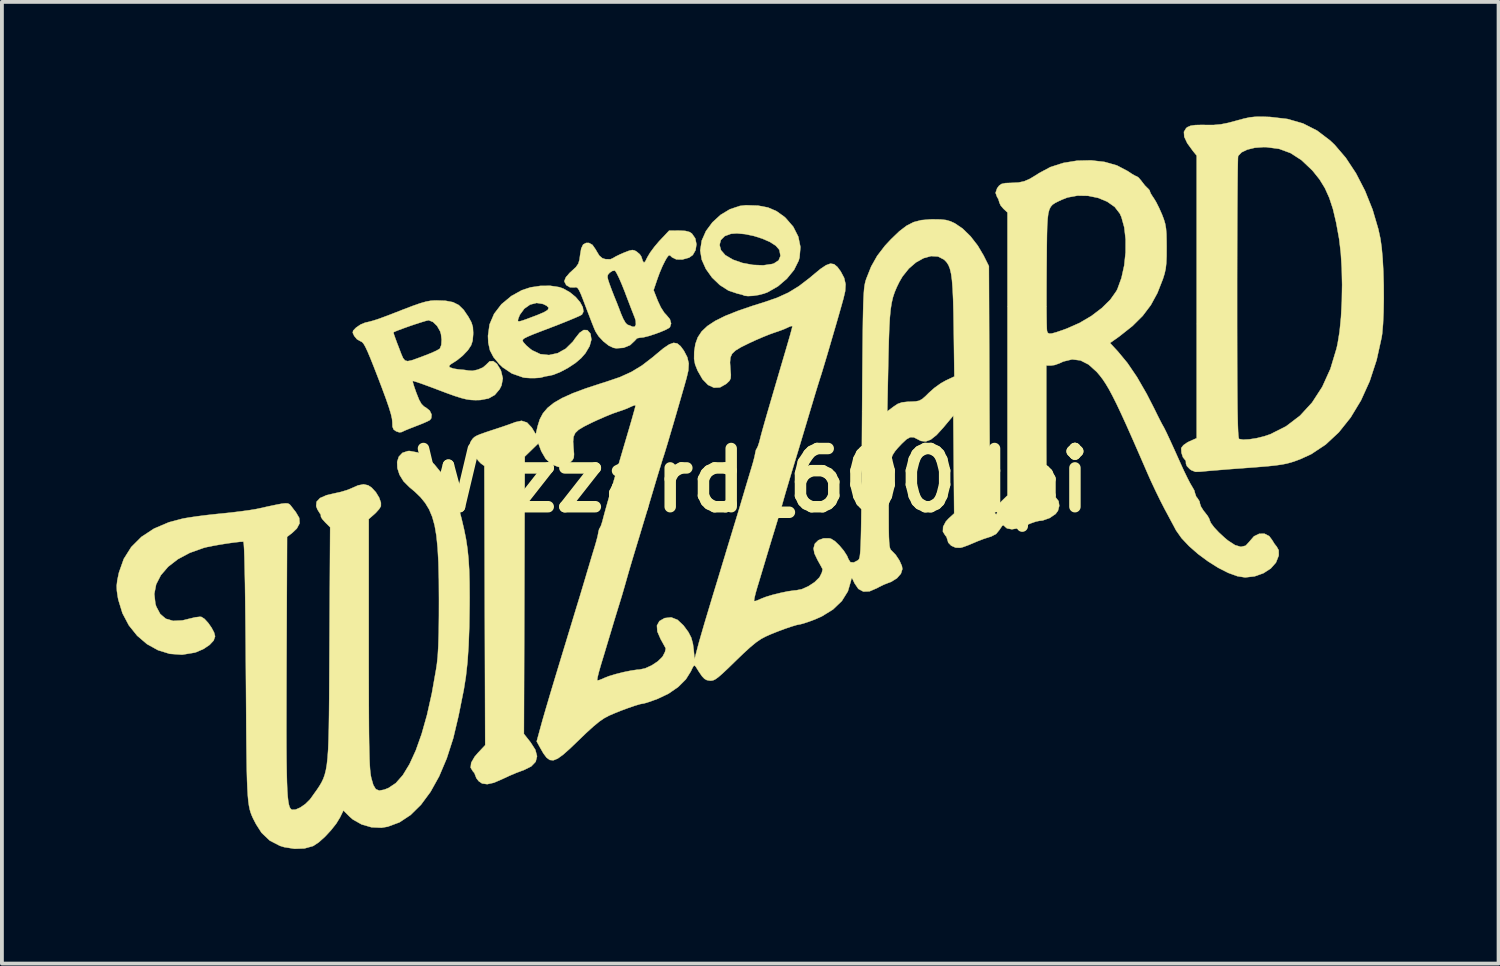
<source format=kicad_pcb>
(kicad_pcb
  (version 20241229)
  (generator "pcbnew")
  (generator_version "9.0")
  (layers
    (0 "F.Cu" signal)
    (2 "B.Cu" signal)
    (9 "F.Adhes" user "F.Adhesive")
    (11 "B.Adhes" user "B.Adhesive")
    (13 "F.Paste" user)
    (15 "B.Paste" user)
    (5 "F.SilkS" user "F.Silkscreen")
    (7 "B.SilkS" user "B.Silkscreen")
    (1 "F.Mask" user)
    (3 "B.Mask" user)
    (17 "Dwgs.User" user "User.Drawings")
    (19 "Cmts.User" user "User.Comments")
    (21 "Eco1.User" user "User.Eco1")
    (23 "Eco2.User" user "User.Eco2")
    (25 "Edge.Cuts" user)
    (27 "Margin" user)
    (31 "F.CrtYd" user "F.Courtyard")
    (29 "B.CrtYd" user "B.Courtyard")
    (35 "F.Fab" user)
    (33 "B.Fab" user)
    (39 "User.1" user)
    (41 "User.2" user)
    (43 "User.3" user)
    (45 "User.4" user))
  (footprint "Wizzard_600dpi"
    (layer "F.Cu")
    (at 16.636 9.526)
    (property "Reference" "Wizzard_600dpi" (at 0 0 0) (layer "F.SilkS") (effects (font (size 1.524 1.524) (thickness 0.3))))
    (attr through_hole)
    (fp_poly (pts (xy 0.159 -7.193) (xy 0.418 -7.144) (xy 0.64 -7.049) (xy 0.844 -6.903) (xy 0.879 -6.872) (xy 1.081 -6.639) (xy 1.212 -6.38) (xy 1.268 -6.109) (xy 1.245 -5.837) (xy 1.222 -5.753) (xy 1.101 -5.51) (xy 0.914 -5.281) (xy 0.682 -5.082) (xy 0.421 -4.932) (xy 0.317 -4.891) (xy 0.179 -4.855) (xy 0.029 -4.832) (xy -0.105 -4.825) (xy -0.197 -4.835) (xy -0.216 -4.845) (xy -0.267 -4.864) (xy -0.365 -4.887) (xy -0.377 -4.889) (xy -0.615 -4.969) (xy -0.843 -5.115) (xy -1.045 -5.309) (xy -1.207 -5.536) (xy -1.315 -5.778) (xy -1.355 -6.02) (xy -1.355 -6.021) (xy -1.332 -6.164) (xy -0.849 -6.164) (xy -0.811 -6.025) (xy -0.699 -5.897) (xy -0.5 -5.779) (xy -0.25 -5.692) (xy 0.024 -5.641) (xy 0.293 -5.63) (xy 0.529 -5.665) (xy 0.576 -5.68) (xy 0.698 -5.76) (xy 0.746 -5.878) (xy 0.719 -6.025) (xy 0.71 -6.044) (xy 0.623 -6.144) (xy 0.472 -6.241) (xy 0.274 -6.328) (xy 0.051 -6.399) (xy -0.178 -6.447) (xy -0.394 -6.467) (xy -0.548 -6.456) (xy -0.713 -6.396) (xy -0.815 -6.293) (xy -0.849 -6.164) (xy -1.332 -6.164) (xy -1.315 -6.278) (xy -1.204 -6.528) (xy -1.035 -6.756) (xy -0.822 -6.951) (xy -0.578 -7.098) (xy -0.317 -7.185) (xy -0.159 -7.203) (xy 0.159 -7.193)) (stroke (width 0.01) (type solid)) (fill yes) (layer "F.SilkS"))
    (fp_poly (pts (xy -5.046 -5.059) (xy -4.941 -5.022) (xy -4.766 -4.923) (xy -4.616 -4.8) (xy -4.5 -4.665) (xy -4.429 -4.534) (xy -4.412 -4.419) (xy -4.451 -4.341) (xy -4.507 -4.31) (xy -4.63 -4.256) (xy -4.805 -4.183) (xy -5.019 -4.097) (xy -5.26 -4.004) (xy -5.276 -3.998) (xy -5.54 -3.897) (xy -5.734 -3.822) (xy -5.868 -3.765) (xy -5.952 -3.724) (xy -5.994 -3.691) (xy -6.005 -3.662) (xy -5.994 -3.632) (xy -5.983 -3.615) (xy -5.911 -3.534) (xy -5.802 -3.441) (xy -5.755 -3.406) (xy -5.541 -3.305) (xy -5.314 -3.281) (xy -5.088 -3.33) (xy -4.875 -3.448) (xy -4.689 -3.632) (xy -4.631 -3.715) (xy -4.513 -3.864) (xy -4.405 -3.937) (xy -4.31 -3.933) (xy -4.234 -3.849) (xy -4.226 -3.831) (xy -4.204 -3.686) (xy -4.251 -3.515) (xy -4.36 -3.33) (xy -4.472 -3.202) (xy -4.624 -3.072) (xy -4.814 -2.947) (xy -5.016 -2.839) (xy -5.202 -2.764) (xy -5.315 -2.739) (xy -5.42 -2.722) (xy -5.484 -2.703) (xy -5.556 -2.687) (xy -5.678 -2.679) (xy -5.818 -2.679) (xy -5.941 -2.687) (xy -5.99 -2.695) (xy -6.284 -2.798) (xy -6.525 -2.958) (xy -6.613 -3.042) (xy -6.767 -3.227) (xy -6.859 -3.404) (xy -6.903 -3.604) (xy -6.911 -3.784) (xy -6.87 -4.082) (xy -6.822 -4.194) (xy -6.128 -4.194) (xy -6.125 -4.168) (xy -6.093 -4.162) (xy -6.021 -4.18) (xy -5.898 -4.223) (xy -5.712 -4.293) (xy -5.622 -4.327) (xy -5.444 -4.402) (xy -5.345 -4.464) (xy -5.323 -4.519) (xy -5.375 -4.572) (xy -5.466 -4.617) (xy -5.638 -4.646) (xy -5.809 -4.602) (xy -5.961 -4.495) (xy -6.077 -4.336) (xy -6.116 -4.24) (xy -6.128 -4.194) (xy -6.822 -4.194) (xy -6.751 -4.36) (xy -6.559 -4.611) (xy -6.3 -4.826) (xy -6.026 -4.978) (xy -5.798 -5.053) (xy -5.539 -5.092) (xy -5.279 -5.094) (xy -5.046 -5.059)) (stroke (width 0.01) (type solid)) (fill yes) (layer "F.SilkS"))
    (fp_poly (pts (xy -1.744 -6.531) (xy -1.632 -6.501) (xy -1.573 -6.462) (xy -1.485 -6.335) (xy -1.454 -6.182) (xy -1.477 -6.028) (xy -1.55 -5.9) (xy -1.647 -5.831) (xy -1.824 -5.782) (xy -1.98 -5.785) (xy -2.093 -5.84) (xy -2.101 -5.848) (xy -2.146 -5.891) (xy -2.182 -5.888) (xy -2.227 -5.83) (xy -2.275 -5.747) (xy -2.343 -5.611) (xy -2.418 -5.434) (xy -2.477 -5.273) (xy -2.576 -4.98) (xy -2.467 -4.702) (xy -2.386 -4.529) (xy -2.296 -4.389) (xy -2.237 -4.326) (xy -2.149 -4.22) (xy -2.117 -4.108) (xy -2.147 -4.014) (xy -2.17 -3.992) (xy -2.257 -3.944) (xy -2.391 -3.887) (xy -2.549 -3.829) (xy -2.705 -3.779) (xy -2.836 -3.746) (xy -2.916 -3.737) (xy -2.921 -3.738) (xy -3.01 -3.72) (xy -3.069 -3.655) (xy -3.192 -3.54) (xy -3.362 -3.471) (xy -3.553 -3.458) (xy -3.625 -3.47) (xy -3.751 -3.529) (xy -3.89 -3.639) (xy -4.016 -3.774) (xy -4.094 -3.895) (xy -4.13 -3.976) (xy -4.186 -4.116) (xy -4.255 -4.295) (xy -4.32 -4.464) (xy -4.408 -4.697) (xy -4.472 -4.861) (xy -4.521 -4.968) (xy -4.558 -5.029) (xy -4.592 -5.055) (xy -4.628 -5.057) (xy -4.652 -5.051) (xy -4.766 -5.055) (xy -4.862 -5.112) (xy -4.91 -5.203) (xy -4.911 -5.219) (xy -4.876 -5.31) (xy -4.857 -5.332) (xy -3.784 -5.332) (xy -3.767 -5.252) (xy -3.731 -5.144) (xy -3.673 -4.987) (xy -3.614 -4.836) (xy -3.593 -4.784) (xy -3.544 -4.664) (xy -3.481 -4.503) (xy -3.43 -4.367) (xy -3.37 -4.228) (xy -3.31 -4.124) (xy -3.264 -4.078) (xy -3.163 -4.039) (xy -3.133 -4.024) (xy -3.07 -4.02) (xy -3.039 -4.079) (xy -3.044 -4.18) (xy -3.067 -4.255) (xy -3.101 -4.341) (xy -3.158 -4.487) (xy -3.23 -4.675) (xy -3.31 -4.884) (xy -3.325 -4.926) (xy -3.405 -5.126) (xy -3.479 -5.297) (xy -3.541 -5.422) (xy -3.583 -5.488) (xy -3.59 -5.493) (xy -3.66 -5.482) (xy -3.727 -5.435) (xy -3.771 -5.384) (xy -3.784 -5.332) (xy -4.857 -5.332) (xy -4.777 -5.428) (xy -4.718 -5.482) (xy -4.607 -5.586) (xy -4.546 -5.673) (xy -4.515 -5.779) (xy -4.5 -5.895) (xy -4.47 -6.071) (xy -4.42 -6.175) (xy -4.341 -6.217) (xy -4.267 -6.216) (xy -4.177 -6.166) (xy -4.088 -6.038) (xy -4.074 -6.011) (xy -3.998 -5.885) (xy -3.918 -5.817) (xy -3.841 -5.792) (xy -3.706 -5.788) (xy -3.641 -5.817) (xy -3.567 -5.861) (xy -3.446 -5.92) (xy -3.348 -5.962) (xy -3.215 -6.013) (xy -3.132 -6.031) (xy -3.071 -6.018) (xy -3.018 -5.988) (xy -2.937 -5.919) (xy -2.898 -5.861) (xy -2.858 -5.741) (xy -2.827 -5.7) (xy -2.791 -5.736) (xy -2.74 -5.839) (xy -2.666 -5.963) (xy -2.554 -6.115) (xy -2.427 -6.265) (xy -2.41 -6.282) (xy -2.17 -6.537) (xy -1.915 -6.539) (xy -1.744 -6.531)) (stroke (width 0.01) (type solid)) (fill yes) (layer "F.SilkS"))
    (fp_poly (pts (xy 13.563 -9.514) (xy 14.018 -9.461) (xy 14.425 -9.344) (xy 14.794 -9.157) (xy 15.137 -8.896) (xy 15.254 -8.785) (xy 15.544 -8.446) (xy 15.812 -8.04) (xy 16.048 -7.583) (xy 16.246 -7.09) (xy 16.397 -6.578) (xy 16.452 -6.324) (xy 16.484 -6.096) (xy 16.51 -5.805) (xy 16.528 -5.471) (xy 16.538 -5.113) (xy 16.54 -4.752) (xy 16.534 -4.406) (xy 16.52 -4.096) (xy 16.498 -3.841) (xy 16.484 -3.747) (xy 16.352 -3.15) (xy 16.171 -2.597) (xy 15.943 -2.094) (xy 15.672 -1.646) (xy 15.362 -1.258) (xy 15.017 -0.937) (xy 14.64 -0.687) (xy 14.354 -0.556) (xy 14.228 -0.509) (xy 14.113 -0.471) (xy 13.997 -0.44) (xy 13.867 -0.415) (xy 13.711 -0.393) (xy 13.515 -0.372) (xy 13.266 -0.351) (xy 12.952 -0.327) (xy 12.779 -0.314) (xy 12.506 -0.294) (xy 12.251 -0.273) (xy 12.03 -0.255) (xy 11.859 -0.24) (xy 11.755 -0.229) (xy 11.747 -0.228) (xy 11.609 -0.224) (xy 11.502 -0.267) (xy 11.459 -0.298) (xy 11.386 -0.374) (xy 11.36 -0.44) (xy 11.362 -0.448) (xy 11.357 -0.515) (xy 11.341 -0.532) (xy 11.282 -0.606) (xy 11.244 -0.722) (xy 11.237 -0.834) (xy 11.243 -0.856) (xy 11.295 -0.922) (xy 11.398 -0.994) (xy 11.455 -1.022) (xy 11.642 -1.105) (xy 11.642 -4.763) (xy 12.7 -4.763) (xy 12.7 -4.096) (xy 12.701 -3.51) (xy 12.702 -3) (xy 12.704 -2.561) (xy 12.707 -2.189) (xy 12.71 -1.879) (xy 12.715 -1.628) (xy 12.72 -1.43) (xy 12.726 -1.281) (xy 12.733 -1.177) (xy 12.741 -1.113) (xy 12.751 -1.086) (xy 12.753 -1.084) (xy 12.859 -1.066) (xy 13.021 -1.075) (xy 13.213 -1.105) (xy 13.414 -1.155) (xy 13.57 -1.208) (xy 13.982 -1.416) (xy 14.347 -1.694) (xy 14.663 -2.038) (xy 14.929 -2.448) (xy 15.143 -2.921) (xy 15.304 -3.455) (xy 15.331 -3.577) (xy 15.383 -3.894) (xy 15.42 -4.272) (xy 15.442 -4.689) (xy 15.449 -5.123) (xy 15.44 -5.551) (xy 15.415 -5.952) (xy 15.374 -6.303) (xy 15.37 -6.329) (xy 15.293 -6.751) (xy 15.21 -7.103) (xy 15.113 -7.398) (xy 14.999 -7.651) (xy 14.861 -7.876) (xy 14.693 -8.087) (xy 14.664 -8.12) (xy 14.387 -8.383) (xy 14.102 -8.568) (xy 13.798 -8.68) (xy 13.462 -8.724) (xy 13.391 -8.725) (xy 13.164 -8.708) (xy 12.967 -8.66) (xy 12.817 -8.588) (xy 12.731 -8.497) (xy 12.726 -8.486) (xy 12.722 -8.434) (xy 12.719 -8.304) (xy 12.715 -8.102) (xy 12.712 -7.833) (xy 12.709 -7.505) (xy 12.706 -7.124) (xy 12.704 -6.696) (xy 12.702 -6.226) (xy 12.701 -5.722) (xy 12.7 -5.19) (xy 12.7 -4.763) (xy 11.642 -4.763) (xy 11.642 -8.503) (xy 11.545 -8.622) (xy 11.395 -8.828) (xy 11.317 -8.994) (xy 11.308 -9.124) (xy 11.367 -9.222) (xy 11.402 -9.249) (xy 11.483 -9.284) (xy 11.606 -9.302) (xy 11.79 -9.306) (xy 11.878 -9.304) (xy 12.09 -9.304) (xy 12.273 -9.321) (xy 12.465 -9.359) (xy 12.674 -9.415) (xy 12.872 -9.469) (xy 13.029 -9.503) (xy 13.177 -9.519) (xy 13.347 -9.521) (xy 13.563 -9.514)) (stroke (width 0.01) (type solid)) (fill yes) (layer "F.SilkS"))
    (fp_poly (pts (xy -8.02 -4.702) (xy -7.827 -4.665) (xy -7.676 -4.589) (xy -7.549 -4.465) (xy -7.424 -4.282) (xy -7.345 -4.137) (xy -7.307 -4.014) (xy -7.299 -3.869) (xy -7.3 -3.816) (xy -7.314 -3.655) (xy -7.352 -3.538) (xy -7.428 -3.421) (xy -7.451 -3.393) (xy -7.577 -3.262) (xy -7.726 -3.142) (xy -7.782 -3.106) (xy -7.889 -3.038) (xy -7.93 -2.996) (xy -7.916 -2.965) (xy -7.899 -2.955) (xy -7.813 -2.926) (xy -7.686 -2.906) (xy -7.65 -2.902) (xy -7.529 -2.892) (xy -7.443 -2.879) (xy -7.429 -2.876) (xy -7.315 -2.868) (xy -7.173 -2.9) (xy -7.041 -2.957) (xy -6.96 -3.027) (xy -6.87 -3.116) (xy -6.774 -3.123) (xy -6.677 -3.05) (xy -6.585 -2.9) (xy -6.57 -2.866) (xy -6.523 -2.671) (xy -6.557 -2.486) (xy -6.608 -2.385) (xy -6.733 -2.237) (xy -6.896 -2.145) (xy -7.111 -2.104) (xy -7.239 -2.101) (xy -7.357 -2.106) (xy -7.476 -2.123) (xy -7.612 -2.157) (xy -7.783 -2.211) (xy -8.005 -2.291) (xy -8.19 -2.361) (xy -8.413 -2.445) (xy -8.606 -2.516) (xy -8.758 -2.569) (xy -8.854 -2.599) (xy -8.882 -2.604) (xy -8.876 -2.56) (xy -8.845 -2.457) (xy -8.796 -2.316) (xy -8.782 -2.279) (xy -8.714 -2.109) (xy -8.653 -2.001) (xy -8.587 -1.935) (xy -8.535 -1.905) (xy -8.437 -1.827) (xy -8.388 -1.725) (xy -8.396 -1.627) (xy -8.433 -1.579) (xy -8.497 -1.545) (xy -8.617 -1.492) (xy -8.771 -1.431) (xy -8.805 -1.418) (xy -8.96 -1.358) (xy -9.086 -1.306) (xy -9.16 -1.271) (xy -9.167 -1.266) (xy -9.233 -1.258) (xy -9.315 -1.285) (xy -9.382 -1.333) (xy -9.411 -1.406) (xy -9.415 -1.523) (xy -9.423 -1.611) (xy -9.451 -1.736) (xy -9.503 -1.908) (xy -9.581 -2.134) (xy -9.688 -2.423) (xy -9.779 -2.663) (xy -9.897 -2.967) (xy -9.99 -3.2) (xy -10.063 -3.373) (xy -10.12 -3.494) (xy -10.165 -3.573) (xy -10.203 -3.618) (xy -10.239 -3.639) (xy -10.248 -3.642) (xy -10.341 -3.695) (xy -10.413 -3.782) (xy -10.451 -3.864) (xy -10.449 -3.876) (xy -9.387 -3.876) (xy -9.377 -3.835) (xy -9.342 -3.734) (xy -9.288 -3.587) (xy -9.245 -3.477) (xy -9.183 -3.313) (xy -9.135 -3.202) (xy -9.084 -3.14) (xy -9.016 -3.121) (xy -8.914 -3.141) (xy -8.762 -3.194) (xy -8.563 -3.269) (xy -8.4 -3.333) (xy -8.267 -3.393) (xy -8.184 -3.439) (xy -8.17 -3.451) (xy -8.133 -3.545) (xy -8.124 -3.684) (xy -8.142 -3.832) (xy -8.164 -3.904) (xy -8.244 -4.044) (xy -8.35 -4.147) (xy -8.459 -4.191) (xy -8.469 -4.191) (xy -8.531 -4.178) (xy -8.651 -4.142) (xy -8.807 -4.092) (xy -8.978 -4.034) (xy -9.142 -3.975) (xy -9.279 -3.924) (xy -9.367 -3.887) (xy -9.387 -3.876) (xy -10.449 -3.876) (xy -10.441 -3.92) (xy -10.376 -3.988) (xy -10.359 -4.003) (xy -10.246 -4.08) (xy -10.133 -4.127) (xy -10.126 -4.129) (xy -10.021 -4.153) (xy -9.911 -4.183) (xy -9.781 -4.225) (xy -9.617 -4.285) (xy -9.404 -4.366) (xy -9.144 -4.468) (xy -8.887 -4.566) (xy -8.69 -4.635) (xy -8.537 -4.679) (xy -8.409 -4.703) (xy -8.29 -4.711) (xy -8.276 -4.711) (xy -8.02 -4.702)) (stroke (width 0.01) (type solid)) (fill yes) (layer "F.SilkS"))
    (fp_poly (pts (xy -8.749 -0.73) (xy -8.534 -0.613) (xy -8.323 -0.427) (xy -8.123 -0.182) (xy -7.939 0.115) (xy -7.779 0.456) (xy -7.648 0.834) (xy -7.605 0.995) (xy -7.539 1.275) (xy -7.487 1.533) (xy -7.449 1.783) (xy -7.422 2.045) (xy -7.404 2.333) (xy -7.395 2.664) (xy -7.392 3.056) (xy -7.393 3.261) (xy -7.401 3.828) (xy -7.419 4.323) (xy -7.448 4.755) (xy -7.49 5.136) (xy -7.544 5.477) (xy -7.558 5.546) (xy -7.595 5.73) (xy -7.639 5.951) (xy -7.681 6.159) (xy -7.681 6.16) (xy -7.82 6.747) (xy -7.991 7.278) (xy -8.19 7.748) (xy -8.416 8.154) (xy -8.666 8.492) (xy -8.937 8.759) (xy -9.227 8.951) (xy -9.535 9.065) (xy -9.699 9.093) (xy -9.96 9.081) (xy -10.219 9.006) (xy -10.448 8.877) (xy -10.535 8.801) (xy -10.696 8.641) (xy -10.783 8.82) (xy -10.882 8.983) (xy -11.022 9.16) (xy -11.181 9.331) (xy -11.341 9.474) (xy -11.481 9.567) (xy -11.493 9.573) (xy -11.715 9.635) (xy -11.975 9.644) (xy -12.245 9.601) (xy -12.359 9.566) (xy -12.624 9.429) (xy -12.839 9.225) (xy -12.983 9) (xy -13.026 8.917) (xy -13.064 8.843) (xy -13.096 8.771) (xy -13.124 8.697) (xy -13.148 8.614) (xy -13.168 8.517) (xy -13.185 8.398) (xy -13.198 8.252) (xy -13.209 8.073) (xy -13.218 7.855) (xy -13.225 7.593) (xy -13.23 7.279) (xy -13.235 6.908) (xy -13.239 6.475) (xy -13.242 5.972) (xy -13.246 5.394) (xy -13.249 5.006) (xy -13.254 4.316) (xy -13.26 3.701) (xy -13.266 3.163) (xy -13.272 2.702) (xy -13.28 2.321) (xy -13.287 2.019) (xy -13.295 1.798) (xy -13.304 1.66) (xy -13.313 1.605) (xy -13.314 1.604) (xy -13.397 1.607) (xy -13.54 1.623) (xy -13.721 1.648) (xy -13.918 1.679) (xy -14.108 1.713) (xy -14.268 1.745) (xy -14.351 1.766) (xy -14.717 1.896) (xy -15.03 2.063) (xy -15.284 2.26) (xy -15.475 2.482) (xy -15.598 2.721) (xy -15.647 2.973) (xy -15.618 3.231) (xy -15.596 3.302) (xy -15.492 3.497) (xy -15.346 3.622) (xy -15.154 3.678) (xy -14.913 3.666) (xy -14.711 3.617) (xy -14.572 3.584) (xy -14.455 3.571) (xy -14.413 3.574) (xy -14.333 3.625) (xy -14.238 3.728) (xy -14.148 3.856) (xy -14.081 3.983) (xy -14.055 4.082) (xy -14.093 4.192) (xy -14.199 4.306) (xy -14.354 4.411) (xy -14.544 4.494) (xy -14.592 4.509) (xy -14.919 4.563) (xy -15.242 4.54) (xy -15.552 4.444) (xy -15.84 4.284) (xy -16.096 4.065) (xy -16.313 3.794) (xy -16.48 3.478) (xy -16.589 3.123) (xy -16.602 3.055) (xy -16.626 2.891) (xy -16.631 2.757) (xy -16.615 2.617) (xy -16.577 2.435) (xy -16.571 2.409) (xy -16.446 2.056) (xy -16.25 1.745) (xy -15.985 1.48) (xy -15.655 1.263) (xy -15.263 1.096) (xy -14.9 1) (xy -14.743 0.973) (xy -14.526 0.941) (xy -14.273 0.909) (xy -14.008 0.88) (xy -13.895 0.869) (xy -13.636 0.842) (xy -13.382 0.811) (xy -13.155 0.78) (xy -12.98 0.751) (xy -12.922 0.739) (xy -12.652 0.679) (xy -12.451 0.637) (xy -12.309 0.61) (xy -12.213 0.6) (xy -12.151 0.604) (xy -12.11 0.623) (xy -12.079 0.654) (xy -12.06 0.679) (xy -11.991 0.769) (xy -11.944 0.828) (xy -11.853 0.982) (xy -11.843 1.123) (xy -11.915 1.26) (xy -12.03 1.369) (xy -12.171 1.479) (xy -12.185 4.803) (xy -12.187 5.457) (xy -12.188 6.032) (xy -12.189 6.533) (xy -12.188 6.964) (xy -12.185 7.331) (xy -12.18 7.64) (xy -12.174 7.895) (xy -12.166 8.101) (xy -12.155 8.265) (xy -12.141 8.39) (xy -12.125 8.482) (xy -12.106 8.547) (xy -12.084 8.589) (xy -12.058 8.613) (xy -12.041 8.622) (xy -11.948 8.618) (xy -11.824 8.564) (xy -11.693 8.473) (xy -11.577 8.359) (xy -11.546 8.319) (xy -11.461 8.199) (xy -11.387 8.096) (xy -11.324 8.001) (xy -11.269 7.908) (xy -11.223 7.812) (xy -11.185 7.705) (xy -11.154 7.581) (xy -11.129 7.434) (xy -11.11 7.258) (xy -11.095 7.045) (xy -11.085 6.79) (xy -11.077 6.487) (xy -11.072 6.128) (xy -11.068 5.707) (xy -11.065 5.218) (xy -11.062 4.655) (xy -11.06 4.286) (xy -11.043 1.227) (xy -11.175 1.095) (xy -11.25 1.011) (xy -11.285 0.952) (xy -11.284 0.94) (xy -11.289 0.895) (xy -11.321 0.85) (xy -11.378 0.757) (xy -11.409 0.672) (xy -11.398 0.558) (xy -11.307 0.462) (xy -11.135 0.387) (xy -10.937 0.341) (xy -10.764 0.303) (xy -10.601 0.254) (xy -10.503 0.215) (xy -10.313 0.131) (xy -10.168 0.103) (xy -10.049 0.129) (xy -9.959 0.188) (xy -9.847 0.309) (xy -9.761 0.45) (xy -9.714 0.585) (xy -9.715 0.676) (xy -9.762 0.753) (xy -9.848 0.849) (xy -9.887 0.885) (xy -10.033 1.013) (xy -10.033 4.255) (xy -10.033 4.869) (xy -10.032 5.405) (xy -10.031 5.867) (xy -10.029 6.263) (xy -10.027 6.597) (xy -10.023 6.877) (xy -10.018 7.108) (xy -10.013 7.297) (xy -10.006 7.448) (xy -9.998 7.568) (xy -9.988 7.663) (xy -9.977 7.739) (xy -9.966 7.792) (xy -9.913 7.976) (xy -9.848 8.083) (xy -9.758 8.121) (xy -9.628 8.097) (xy -9.516 8.053) (xy -9.324 7.925) (xy -9.14 7.716) (xy -8.966 7.43) (xy -8.801 7.07) (xy -8.648 6.639) (xy -8.507 6.14) (xy -8.381 5.578) (xy -8.271 4.955) (xy -8.248 4.805) (xy -8.227 4.608) (xy -8.211 4.335) (xy -8.2 3.982) (xy -8.195 3.548) (xy -8.194 3.111) (xy -8.197 2.591) (xy -8.208 2.146) (xy -8.229 1.768) (xy -8.261 1.45) (xy -8.307 1.181) (xy -8.37 0.955) (xy -8.451 0.761) (xy -8.553 0.593) (xy -8.677 0.44) (xy -8.827 0.295) (xy -8.966 0.179) (xy -9.122 0.023) (xy -9.227 -0.148) (xy -9.283 -0.322) (xy -9.289 -0.484) (xy -9.245 -0.621) (xy -9.151 -0.721) (xy -9.008 -0.768) (xy -8.963 -0.77) (xy -8.749 -0.73)) (stroke (width 0.01) (type solid)) (fill yes) (layer "F.SilkS"))
    (fp_poly (pts (xy 9.23 -8.337) (xy 9.553 -8.245) (xy 9.828 -8.101) (xy 9.831 -8.099) (xy 9.947 -8.023) (xy 10.036 -7.972) (xy 10.072 -7.959) (xy 10.12 -7.927) (xy 10.188 -7.848) (xy 10.208 -7.821) (xy 10.284 -7.723) (xy 10.349 -7.657) (xy 10.359 -7.65) (xy 10.409 -7.594) (xy 10.414 -7.573) (xy 10.437 -7.514) (xy 10.495 -7.42) (xy 10.514 -7.395) (xy 10.58 -7.287) (xy 10.658 -7.132) (xy 10.732 -6.965) (xy 10.733 -6.964) (xy 10.783 -6.832) (xy 10.817 -6.718) (xy 10.838 -6.597) (xy 10.85 -6.448) (xy 10.854 -6.249) (xy 10.855 -6.117) (xy 10.854 -5.872) (xy 10.846 -5.688) (xy 10.83 -5.542) (xy 10.801 -5.411) (xy 10.757 -5.271) (xy 10.613 -4.904) (xy 10.441 -4.589) (xy 10.228 -4.307) (xy 9.961 -4.042) (xy 9.628 -3.778) (xy 9.566 -3.733) (xy 9.373 -3.597) (xy 9.579 -3.375) (xy 9.829 -3.073) (xy 10.078 -2.707) (xy 10.33 -2.27) (xy 10.528 -1.884) (xy 10.611 -1.715) (xy 10.684 -1.57) (xy 10.736 -1.47) (xy 10.754 -1.439) (xy 10.794 -1.367) (xy 10.856 -1.241) (xy 10.942 -1.057) (xy 11.056 -0.808) (xy 11.2 -0.488) (xy 11.219 -0.445) (xy 11.311 -0.244) (xy 11.398 -0.065) (xy 11.471 0.076) (xy 11.52 0.16) (xy 11.523 0.164) (xy 11.579 0.262) (xy 11.599 0.339) (xy 11.63 0.427) (xy 11.663 0.466) (xy 11.717 0.551) (xy 11.726 0.603) (xy 11.753 0.685) (xy 11.82 0.792) (xy 11.853 0.832) (xy 11.93 0.932) (xy 11.976 1.015) (xy 11.98 1.037) (xy 12.012 1.114) (xy 12.097 1.228) (xy 12.222 1.362) (xy 12.375 1.503) (xy 12.46 1.574) (xy 12.646 1.695) (xy 12.799 1.74) (xy 12.925 1.709) (xy 13.025 1.6) (xy 13.03 1.593) (xy 13.142 1.464) (xy 13.278 1.398) (xy 13.417 1.396) (xy 13.54 1.459) (xy 13.613 1.556) (xy 13.68 1.664) (xy 13.736 1.734) (xy 13.788 1.827) (xy 13.79 1.953) (xy 13.787 1.975) (xy 13.717 2.152) (xy 13.58 2.307) (xy 13.389 2.43) (xy 13.161 2.511) (xy 12.911 2.54) (xy 12.91 2.54) (xy 12.708 2.508) (xy 12.468 2.421) (xy 12.206 2.288) (xy 11.938 2.119) (xy 11.678 1.927) (xy 11.442 1.72) (xy 11.245 1.511) (xy 11.102 1.308) (xy 11.087 1.28) (xy 11.043 1.196) (xy 10.969 1.059) (xy 10.878 0.888) (xy 10.804 0.751) (xy 10.693 0.535) (xy 10.567 0.277) (xy 10.444 0.015) (xy 10.366 -0.16) (xy 10.15 -0.657) (xy 9.963 -1.084) (xy 9.802 -1.446) (xy 9.663 -1.75) (xy 9.543 -2.004) (xy 9.438 -2.213) (xy 9.346 -2.385) (xy 9.262 -2.526) (xy 9.184 -2.644) (xy 9.107 -2.745) (xy 9.029 -2.836) (xy 9.024 -2.842) (xy 8.812 -3.033) (xy 8.6 -3.141) (xy 8.382 -3.168) (xy 8.154 -3.113) (xy 8.056 -3.068) (xy 7.93 -3.022) (xy 7.821 -3.006) (xy 7.705 -3.006) (xy 7.705 -1.425) (xy 7.705 -1.017) (xy 7.706 -0.685) (xy 7.707 -0.422) (xy 7.711 -0.218) (xy 7.716 -0.064) (xy 7.723 0.046) (xy 7.733 0.122) (xy 7.747 0.172) (xy 7.763 0.205) (xy 7.784 0.228) (xy 7.789 0.233) (xy 7.853 0.306) (xy 7.874 0.356) (xy 7.906 0.413) (xy 7.959 0.456) (xy 8.027 0.543) (xy 8.044 0.666) (xy 8.01 0.795) (xy 7.948 0.879) (xy 7.792 0.985) (xy 7.611 1.049) (xy 7.522 1.059) (xy 7.434 1.077) (xy 7.304 1.122) (xy 7.197 1.168) (xy 6.981 1.251) (xy 6.804 1.28) (xy 6.676 1.256) (xy 6.625 1.214) (xy 6.587 1.174) (xy 6.551 1.188) (xy 6.498 1.265) (xy 6.485 1.287) (xy 6.391 1.402) (xy 6.26 1.47) (xy 6.215 1.483) (xy 6.069 1.53) (xy 5.897 1.596) (xy 5.804 1.636) (xy 5.656 1.698) (xy 5.521 1.747) (xy 5.455 1.764) (xy 5.331 1.76) (xy 5.216 1.709) (xy 5.139 1.63) (xy 5.122 1.571) (xy 5.092 1.478) (xy 5.059 1.439) (xy 4.998 1.34) (xy 5.004 1.213) (xy 5.075 1.078) (xy 5.144 1.002) (xy 5.293 0.866) (xy 5.282 -0.415) (xy 5.271 -1.696) (xy 5.006 -1.379) (xy 4.831 -1.187) (xy 4.681 -1.068) (xy 4.548 -1.018) (xy 4.422 -1.033) (xy 4.34 -1.075) (xy 4.236 -1.128) (xy 4.144 -1.131) (xy 4.045 -1.076) (xy 3.919 -0.958) (xy 3.91 -0.948) (xy 3.816 -0.848) (xy 3.742 -0.759) (xy 3.685 -0.67) (xy 3.643 -0.568) (xy 3.614 -0.442) (xy 3.596 -0.282) (xy 3.585 -0.075) (xy 3.58 0.189) (xy 3.579 0.522) (xy 3.579 0.665) (xy 3.579 1.005) (xy 3.58 1.271) (xy 3.584 1.471) (xy 3.591 1.616) (xy 3.6 1.715) (xy 3.614 1.778) (xy 3.632 1.815) (xy 3.645 1.829) (xy 3.762 1.949) (xy 3.86 2.097) (xy 3.924 2.241) (xy 3.937 2.32) (xy 3.898 2.443) (xy 3.795 2.561) (xy 3.645 2.655) (xy 3.556 2.688) (xy 3.454 2.728) (xy 3.324 2.792) (xy 3.273 2.82) (xy 3.078 2.904) (xy 2.916 2.911) (xy 2.785 2.84) (xy 2.684 2.691) (xy 2.676 2.674) (xy 2.632 2.58) (xy 2.609 2.557) (xy 2.596 2.599) (xy 2.592 2.625) (xy 2.51 2.905) (xy 2.352 3.158) (xy 2.121 3.379) (xy 1.824 3.562) (xy 1.644 3.641) (xy 1.485 3.7) (xy 1.352 3.744) (xy 1.269 3.766) (xy 1.258 3.768) (xy 1.178 3.783) (xy 1.04 3.824) (xy 0.866 3.883) (xy 0.676 3.954) (xy 0.491 4.028) (xy 0.36 4.086) (xy 0.239 4.15) (xy 0.108 4.24) (xy -0.045 4.366) (xy -0.232 4.537) (xy -0.431 4.729) (xy -0.626 4.919) (xy -0.772 5.056) (xy -0.879 5.149) (xy -0.958 5.206) (xy -1.019 5.235) (xy -1.073 5.243) (xy -1.107 5.242) (xy -1.182 5.228) (xy -1.243 5.195) (xy -1.307 5.128) (xy -1.387 5.012) (xy -1.467 4.884) (xy -1.499 4.845) (xy -1.529 4.858) (xy -1.57 4.932) (xy -1.6 4.999) (xy -1.731 5.208) (xy -1.931 5.407) (xy -2.184 5.582) (xy -2.465 5.716) (xy -2.623 5.774) (xy -2.755 5.819) (xy -2.837 5.841) (xy -2.849 5.842) (xy -2.929 5.857) (xy -3.066 5.898) (xy -3.24 5.958) (xy -3.43 6.028) (xy -3.615 6.103) (xy -3.747 6.16) (xy -3.868 6.225) (xy -3.999 6.315) (xy -4.153 6.442) (xy -4.341 6.613) (xy -4.535 6.8) (xy -4.764 7.02) (xy -4.944 7.18) (xy -5.086 7.282) (xy -5.199 7.328) (xy -5.293 7.319) (xy -5.377 7.258) (xy -5.46 7.147) (xy -5.542 7.004) (xy -5.636 6.833) (xy -5.55 6.518) (xy -5.484 6.278) (xy -5.393 5.965) (xy -5.28 5.583) (xy -5.147 5.141) (xy -5.013 4.699) (xy -4.944 4.472) (xy -4.873 4.24) (xy -4.811 4.034) (xy -4.775 3.916) (xy -4.719 3.732) (xy -4.651 3.508) (xy -4.584 3.287) (xy -4.569 3.239) (xy -4.498 3.007) (xy -4.42 2.746) (xy -4.348 2.506) (xy -4.34 2.477) (xy -4.273 2.254) (xy -4.201 2.012) (xy -4.135 1.795) (xy -4.124 1.761) (xy -4.076 1.596) (xy -4.04 1.458) (xy -4.023 1.369) (xy -4.022 1.356) (xy -4 1.271) (xy -3.984 1.247) (xy -3.952 1.184) (xy -3.916 1.071) (xy -3.902 1.016) (xy -3.878 0.924) (xy -3.839 0.781) (xy -3.783 0.581) (xy -3.708 0.321) (xy -3.614 -0.004) (xy -3.498 -0.398) (xy -3.361 -0.865) (xy -3.223 -1.333) (xy -3.161 -1.545) (xy -3.109 -1.729) (xy -3.07 -1.868) (xy -3.05 -1.948) (xy -3.048 -1.96) (xy -3.08 -1.966) (xy -3.157 -1.935) (xy -3.164 -1.931) (xy -3.272 -1.882) (xy -3.42 -1.827) (xy -3.514 -1.797) (xy -3.651 -1.748) (xy -3.836 -1.673) (xy -4.041 -1.583) (xy -4.182 -1.518) (xy -4.393 -1.413) (xy -4.538 -1.326) (xy -4.627 -1.241) (xy -4.672 -1.142) (xy -4.683 -1.014) (xy -4.672 -0.841) (xy -4.671 -0.835) (xy -4.659 -0.688) (xy -4.665 -0.597) (xy -4.696 -0.534) (xy -4.76 -0.471) (xy -4.787 -0.449) (xy -4.897 -0.371) (xy -4.996 -0.347) (xy -5.074 -0.354) (xy -5.248 -0.423) (xy -5.399 -0.563) (xy -5.514 -0.761) (xy -5.523 -0.784) (xy -5.593 -0.969) (xy -5.948 -0.624) (xy -5.959 3.006) (xy -5.971 6.636) (xy -5.798 6.855) (xy -5.672 7.051) (xy -5.627 7.221) (xy -5.663 7.366) (xy -5.78 7.488) (xy -5.979 7.586) (xy -6.028 7.603) (xy -6.18 7.66) (xy -6.365 7.739) (xy -6.529 7.816) (xy -6.755 7.914) (xy -6.931 7.953) (xy -7.066 7.934) (xy -7.154 7.874) (xy -7.217 7.792) (xy -7.239 7.731) (xy -7.269 7.657) (xy -7.303 7.62) (xy -7.365 7.52) (xy -7.35 7.39) (xy -7.26 7.234) (xy -7.175 7.135) (xy -6.984 6.932) (xy -7.006 -0.379) (xy -7.096 -0.443) (xy -7.166 -0.515) (xy -7.249 -0.633) (xy -7.3 -0.722) (xy -7.362 -0.848) (xy -7.387 -0.926) (xy -7.378 -0.985) (xy -7.345 -1.043) (xy -7.309 -1.093) (xy -7.267 -1.133) (xy -7.205 -1.17) (xy -7.107 -1.211) (xy -6.959 -1.263) (xy -6.748 -1.333) (xy -6.71 -1.345) (xy -6.526 -1.406) (xy -6.358 -1.464) (xy -6.233 -1.51) (xy -6.199 -1.524) (xy -6.032 -1.56) (xy -5.889 -1.514) (xy -5.769 -1.387) (xy -5.755 -1.366) (xy -5.66 -1.206) (xy -5.611 -1.419) (xy -5.555 -1.599) (xy -5.471 -1.757) (xy -5.35 -1.899) (xy -5.185 -2.031) (xy -4.969 -2.156) (xy -4.694 -2.28) (xy -4.353 -2.407) (xy -3.938 -2.543) (xy -3.81 -2.583) (xy -3.455 -2.704) (xy -3.154 -2.841) (xy -2.878 -3.009) (xy -2.596 -3.226) (xy -2.511 -3.298) (xy -2.317 -3.459) (xy -2.168 -3.559) (xy -2.052 -3.601) (xy -1.957 -3.585) (xy -1.87 -3.514) (xy -1.782 -3.394) (xy -1.694 -3.225) (xy -1.656 -3.062) (xy -1.667 -2.876) (xy -1.711 -2.688) (xy -1.764 -2.498) (xy -1.831 -2.266) (xy -1.906 -2.006) (xy -1.985 -1.733) (xy -2.064 -1.462) (xy -2.14 -1.206) (xy -2.206 -0.982) (xy -2.26 -0.804) (xy -2.297 -0.685) (xy -2.306 -0.656) (xy -2.338 -0.56) (xy -2.387 -0.399) (xy -2.451 -0.192) (xy -2.522 0.044) (xy -2.578 0.233) (xy -2.667 0.531) (xy -2.766 0.863) (xy -2.866 1.193) (xy -2.955 1.49) (xy -2.985 1.587) (xy -3.058 1.828) (xy -3.128 2.06) (xy -3.188 2.262) (xy -3.232 2.413) (xy -3.244 2.455) (xy -3.33 2.758) (xy -3.405 3.016) (xy -3.481 3.264) (xy -3.506 3.344) (xy -3.556 3.507) (xy -3.62 3.717) (xy -3.687 3.942) (xy -3.724 4.064) (xy -3.794 4.296) (xy -3.868 4.544) (xy -3.937 4.77) (xy -3.964 4.861) (xy -4.01 5.022) (xy -4.041 5.149) (xy -4.053 5.224) (xy -4.051 5.235) (xy -4.004 5.23) (xy -3.911 5.194) (xy -3.867 5.173) (xy -3.743 5.124) (xy -3.565 5.071) (xy -3.363 5.02) (xy -3.166 4.98) (xy -3.004 4.956) (xy -2.948 4.953) (xy -2.799 4.922) (xy -2.628 4.845) (xy -2.467 4.739) (xy -2.348 4.623) (xy -2.331 4.597) (xy -2.277 4.491) (xy -2.258 4.408) (xy -2.261 4.391) (xy -2.296 4.326) (xy -2.356 4.217) (xy -2.392 4.153) (xy -2.477 3.957) (xy -2.488 3.801) (xy -2.424 3.684) (xy -2.287 3.605) (xy -2.114 3.586) (xy -1.949 3.651) (xy -1.791 3.8) (xy -1.79 3.802) (xy -1.665 3.971) (xy -1.589 4.119) (xy -1.546 4.28) (xy -1.527 4.424) (xy -1.503 4.678) (xy -1.431 4.403) (xy -1.387 4.237) (xy -1.324 4.018) (xy -1.243 3.739) (xy -1.14 3.396) (xy -1.015 2.981) (xy -0.906 2.625) (xy -0.837 2.397) (xy -0.767 2.165) (xy -0.704 1.959) (xy -0.669 1.841) (xy -0.613 1.657) (xy -0.545 1.434) (xy -0.478 1.213) (xy -0.463 1.164) (xy -0.392 0.932) (xy -0.313 0.671) (xy -0.242 0.432) (xy -0.233 0.402) (xy -0.167 0.18) (xy -0.094 -0.063) (xy -0.029 -0.279) (xy -0.018 -0.314) (xy 0.03 -0.478) (xy 0.066 -0.617) (xy 0.084 -0.706) (xy 0.085 -0.718) (xy 0.106 -0.803) (xy 0.123 -0.828) (xy 0.154 -0.891) (xy 0.191 -1.003) (xy 0.205 -1.058) (xy 0.228 -1.15) (xy 0.267 -1.294) (xy 0.323 -1.493) (xy 0.398 -1.754) (xy 0.493 -2.079) (xy 0.608 -2.472) (xy 0.745 -2.939) (xy 0.883 -3.407) (xy 0.945 -3.62) (xy 0.998 -3.803) (xy 1.036 -3.942) (xy 1.056 -4.022) (xy 1.058 -4.034) (xy 1.027 -4.041) (xy 0.95 -4.01) (xy 0.942 -4.005) (xy 0.835 -3.957) (xy 0.686 -3.902) (xy 0.593 -3.871) (xy 0.456 -3.822) (xy 0.27 -3.747) (xy 0.065 -3.658) (xy -0.076 -3.592) (xy -0.287 -3.488) (xy -0.432 -3.4) (xy -0.521 -3.315) (xy -0.565 -3.216) (xy -0.576 -3.088) (xy -0.565 -2.915) (xy -0.565 -2.909) (xy -0.553 -2.762) (xy -0.559 -2.671) (xy -0.589 -2.608) (xy -0.654 -2.545) (xy -0.68 -2.523) (xy -0.838 -2.434) (xy -0.996 -2.427) (xy -1.15 -2.499) (xy -1.294 -2.647) (xy -1.422 -2.87) (xy -1.426 -2.879) (xy -1.489 -3.038) (xy -1.515 -3.18) (xy -1.513 -3.35) (xy -1.511 -3.378) (xy -1.481 -3.572) (xy -1.419 -3.744) (xy -1.317 -3.899) (xy -1.168 -4.04) (xy -0.967 -4.173) (xy -0.706 -4.303) (xy -0.379 -4.434) (xy 0.02 -4.571) (xy 0.296 -4.657) (xy 0.652 -4.779) (xy 0.952 -4.915) (xy 1.228 -5.084) (xy 1.51 -5.3) (xy 1.596 -5.373) (xy 1.79 -5.533) (xy 1.939 -5.633) (xy 2.054 -5.675) (xy 2.15 -5.659) (xy 2.236 -5.588) (xy 2.324 -5.468) (xy 2.413 -5.3) (xy 2.45 -5.136) (xy 2.439 -4.951) (xy 2.395 -4.763) (xy 2.342 -4.573) (xy 2.276 -4.34) (xy 2.201 -4.08) (xy 2.121 -3.807) (xy 2.042 -3.536) (xy 1.967 -3.281) (xy 1.9 -3.057) (xy 1.846 -2.878) (xy 1.81 -2.76) (xy 1.8 -2.731) (xy 1.769 -2.634) (xy 1.719 -2.474) (xy 1.656 -2.267) (xy 1.585 -2.03) (xy 1.528 -1.841) (xy 1.439 -1.543) (xy 1.34 -1.212) (xy 1.241 -0.881) (xy 1.151 -0.585) (xy 1.121 -0.487) (xy 1.048 -0.246) (xy 0.979 -0.015) (xy 0.919 0.188) (xy 0.874 0.339) (xy 0.862 0.381) (xy 0.776 0.684) (xy 0.701 0.941) (xy 0.625 1.19) (xy 0.601 1.27) (xy 0.551 1.432) (xy 0.487 1.642) (xy 0.419 1.867) (xy 0.382 1.99) (xy 0.313 2.221) (xy 0.238 2.47) (xy 0.17 2.696) (xy 0.142 2.787) (xy 0.096 2.947) (xy 0.065 3.075) (xy 0.054 3.149) (xy 0.056 3.16) (xy 0.102 3.156) (xy 0.195 3.119) (xy 0.239 3.098) (xy 0.363 3.05) (xy 0.541 2.996) (xy 0.744 2.946) (xy 0.94 2.905) (xy 1.102 2.882) (xy 1.158 2.878) (xy 1.307 2.848) (xy 1.478 2.771) (xy 1.639 2.665) (xy 1.758 2.548) (xy 1.776 2.523) (xy 1.829 2.416) (xy 1.848 2.334) (xy 1.845 2.317) (xy 1.81 2.251) (xy 1.75 2.143) (xy 1.714 2.078) (xy 1.635 1.912) (xy 1.612 1.783) (xy 1.642 1.668) (xy 1.65 1.653) (xy 1.739 1.566) (xy 1.875 1.517) (xy 2.023 1.517) (xy 2.071 1.529) (xy 2.172 1.592) (xy 2.289 1.705) (xy 2.403 1.841) (xy 2.49 1.977) (xy 2.525 2.062) (xy 2.576 2.141) (xy 2.665 2.149) (xy 2.773 2.092) (xy 2.788 2.079) (xy 2.801 2.061) (xy 2.813 2.031) (xy 2.823 1.985) (xy 2.831 1.917) (xy 2.839 1.822) (xy 2.845 1.694) (xy 2.851 1.528) (xy 2.856 1.318) (xy 2.86 1.059) (xy 2.864 0.745) (xy 2.867 0.372) (xy 2.871 -0.067) (xy 2.875 -0.578) (xy 2.879 -1.164) (xy 2.881 -1.494) (xy 2.883 -1.806) (xy 3.542 -1.806) (xy 3.705 -1.929) (xy 3.814 -2.002) (xy 3.924 -2.041) (xy 4.069 -2.058) (xy 4.137 -2.06) (xy 4.279 -2.067) (xy 4.376 -2.085) (xy 4.457 -2.13) (xy 4.552 -2.213) (xy 4.628 -2.289) (xy 4.775 -2.42) (xy 4.942 -2.54) (xy 5.073 -2.614) (xy 5.298 -2.719) (xy 5.282 -3.973) (xy 5.275 -4.395) (xy 5.266 -4.74) (xy 5.253 -5.019) (xy 5.236 -5.239) (xy 5.213 -5.41) (xy 5.182 -5.54) (xy 5.143 -5.638) (xy 5.094 -5.713) (xy 5.034 -5.775) (xy 5.026 -5.781) (xy 4.871 -5.861) (xy 4.689 -5.872) (xy 4.493 -5.818) (xy 4.295 -5.708) (xy 4.107 -5.546) (xy 3.941 -5.339) (xy 3.858 -5.197) (xy 3.79 -5.058) (xy 3.735 -4.927) (xy 3.69 -4.793) (xy 3.656 -4.645) (xy 3.629 -4.471) (xy 3.609 -4.261) (xy 3.594 -4.004) (xy 3.583 -3.688) (xy 3.573 -3.303) (xy 3.569 -3.136) (xy 3.542 -1.806) (xy 2.883 -1.806) (xy 2.885 -2.123) (xy 2.889 -2.672) (xy 2.893 -3.149) (xy 2.897 -3.558) (xy 2.901 -3.906) (xy 2.905 -4.197) (xy 2.91 -4.439) (xy 2.915 -4.636) (xy 2.922 -4.795) (xy 2.929 -4.921) (xy 2.937 -5.02) (xy 2.947 -5.098) (xy 2.959 -5.16) (xy 2.972 -5.213) (xy 2.987 -5.261) (xy 2.992 -5.276) (xy 3.12 -5.598) (xy 3.278 -5.878) (xy 3.484 -6.146) (xy 3.643 -6.316) (xy 3.858 -6.522) (xy 4.048 -6.667) (xy 4.232 -6.761) (xy 4.432 -6.813) (xy 4.668 -6.833) (xy 4.741 -6.834) (xy 4.937 -6.831) (xy 5.079 -6.816) (xy 5.197 -6.782) (xy 5.308 -6.731) (xy 5.514 -6.592) (xy 5.721 -6.39) (xy 5.911 -6.145) (xy 6.063 -5.888) (xy 6.202 -5.609) (xy 6.214 -2.477) (xy 6.216 -1.879) (xy 6.219 -1.361) (xy 6.222 -0.915) (xy 6.225 -0.538) (xy 6.229 -0.224) (xy 6.233 0.033) (xy 6.238 0.238) (xy 6.244 0.397) (xy 6.251 0.516) (xy 6.259 0.598) (xy 6.269 0.652) (xy 6.28 0.681) (xy 6.288 0.689) (xy 6.34 0.757) (xy 6.35 0.806) (xy 6.368 0.874) (xy 6.393 0.889) (xy 6.417 0.855) (xy 6.411 0.788) (xy 6.411 0.708) (xy 6.46 0.623) (xy 6.537 0.541) (xy 6.689 0.394) (xy 6.689 -4.845) (xy 7.71 -4.845) (xy 7.71 -4.548) (xy 7.712 -4.296) (xy 7.715 -4.098) (xy 7.719 -3.965) (xy 7.724 -3.909) (xy 7.743 -3.864) (xy 7.781 -3.842) (xy 7.851 -3.846) (xy 7.967 -3.878) (xy 8.142 -3.938) (xy 8.244 -3.975) (xy 8.574 -4.121) (xy 8.884 -4.303) (xy 9.158 -4.511) (xy 9.382 -4.732) (xy 9.54 -4.956) (xy 9.567 -5.009) (xy 9.673 -5.3) (xy 9.745 -5.627) (xy 9.781 -5.971) (xy 9.782 -6.311) (xy 9.746 -6.625) (xy 9.672 -6.892) (xy 9.631 -6.984) (xy 9.496 -7.159) (xy 9.3 -7.297) (xy 9.061 -7.396) (xy 8.797 -7.45) (xy 8.524 -7.455) (xy 8.262 -7.407) (xy 8.108 -7.347) (xy 8.011 -7.301) (xy 7.932 -7.261) (xy 7.869 -7.218) (xy 7.821 -7.164) (xy 7.784 -7.09) (xy 7.757 -6.988) (xy 7.74 -6.848) (xy 7.728 -6.663) (xy 7.722 -6.422) (xy 7.718 -6.119) (xy 7.715 -5.744) (xy 7.713 -5.531) (xy 7.711 -5.176) (xy 7.71 -4.845) (xy 6.689 -4.845) (xy 6.689 -7.013) (xy 6.583 -7.112) (xy 6.51 -7.198) (xy 6.476 -7.274) (xy 6.476 -7.278) (xy 6.45 -7.364) (xy 6.415 -7.423) (xy 6.377 -7.528) (xy 6.418 -7.647) (xy 6.469 -7.715) (xy 6.532 -7.76) (xy 6.637 -7.783) (xy 6.803 -7.789) (xy 6.978 -7.798) (xy 7.128 -7.83) (xy 7.278 -7.896) (xy 7.458 -8.005) (xy 7.514 -8.043) (xy 7.81 -8.201) (xy 8.148 -8.31) (xy 8.509 -8.369) (xy 8.876 -8.378) (xy 9.23 -8.337)) (stroke (width 0.01) (type solid)) (fill yes) (layer "F.SilkS")))
  (gr_rect
    (start -3 -3)
    (end 36.181 22.175)
    (stroke (width 0.1) (type default))
    (fill no)
    (layer "Edge.Cuts")))
</source>
